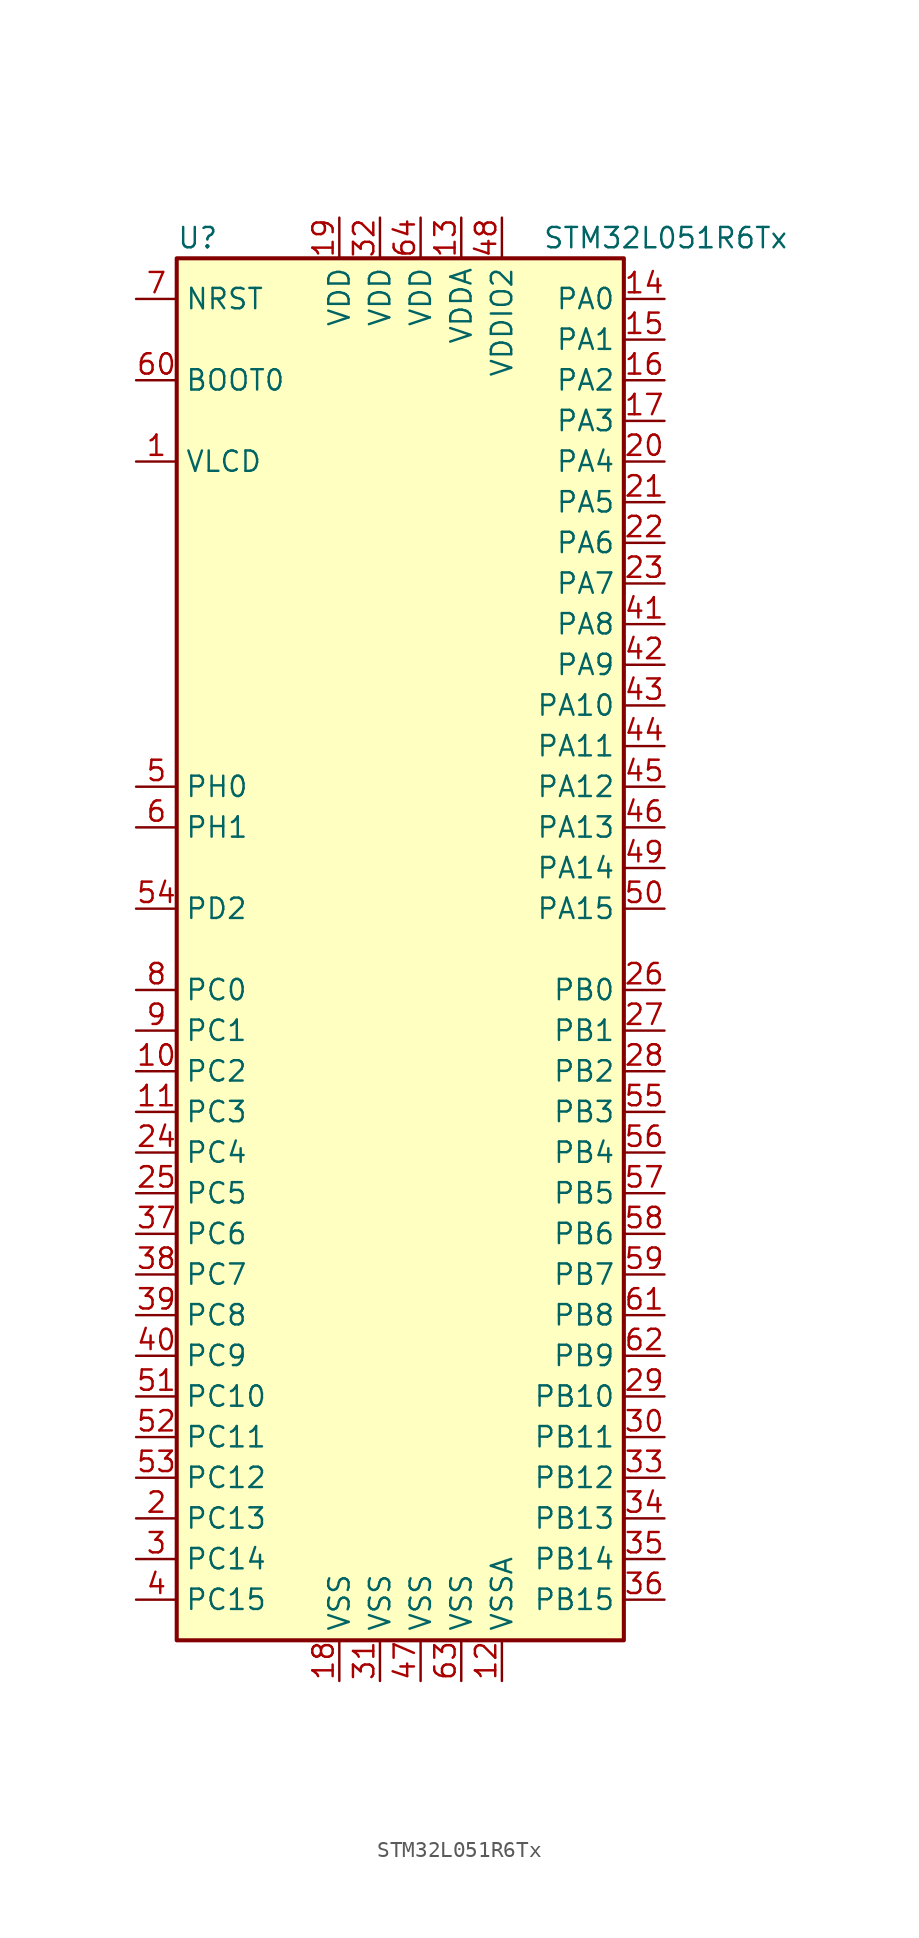
<source format=kicad_sym>
(kicad_symbol_lib
  (version 20201005)
  (generator kicad_symbol_editor)
  (symbol "MCU_ST_STM32L0:STM32L051R6Tx"
    (property "Reference" "U"
      (at -15.24 44.45 0)
      (effects (font (size 1.27 1.27)) (justify left)))
    (property "Value" "STM32L051R6Tx"
      (at 7.62 44.45 0)
      (effects (font (size 1.27 1.27)) (justify left)))
    (symbol "STM32L051R6Tx_0_1"
      (rectangle (start -15.24 -43.18) (end 12.7 43.18) (stroke (width 0.254)) (fill (type background))))
    (symbol "STM32L051R6Tx_1_1"
      (pin input line (at -17.78 35.56 0) (length 2.54) (name "BOOT0" (effects (font (size 1.27 1.27)))) (number "60" (effects (font (size 1.27 1.27)))))
      (pin input line (at -17.78 40.64 0) (length 2.54) (name "NRST" (effects (font (size 1.27 1.27)))) (number "7" (effects (font (size 1.27 1.27)))))
      (pin bidirectional line (at 15.24 40.64 180) (length 2.54) (name "PA0" (effects (font (size 1.27 1.27)))) (number "14" (effects (font (size 1.27 1.27)))))
      (pin bidirectional line (at 15.24 38.1 180) (length 2.54) (name "PA1" (effects (font (size 1.27 1.27)))) (number "15" (effects (font (size 1.27 1.27)))))
      (pin bidirectional line (at 15.24 15.24 180) (length 2.54) (name "PA10" (effects (font (size 1.27 1.27)))) (number "43" (effects (font (size 1.27 1.27)))))
      (pin bidirectional line (at 15.24 12.7 180) (length 2.54) (name "PA11" (effects (font (size 1.27 1.27)))) (number "44" (effects (font (size 1.27 1.27)))))
      (pin bidirectional line (at 15.24 10.16 180) (length 2.54) (name "PA12" (effects (font (size 1.27 1.27)))) (number "45" (effects (font (size 1.27 1.27)))))
      (pin bidirectional line (at 15.24 7.62 180) (length 2.54) (name "PA13" (effects (font (size 1.27 1.27)))) (number "46" (effects (font (size 1.27 1.27)))))
      (pin bidirectional line (at 15.24 5.08 180) (length 2.54) (name "PA14" (effects (font (size 1.27 1.27)))) (number "49" (effects (font (size 1.27 1.27)))))
      (pin bidirectional line (at 15.24 2.54 180) (length 2.54) (name "PA15" (effects (font (size 1.27 1.27)))) (number "50" (effects (font (size 1.27 1.27)))))
      (pin bidirectional line (at 15.24 35.56 180) (length 2.54) (name "PA2" (effects (font (size 1.27 1.27)))) (number "16" (effects (font (size 1.27 1.27)))))
      (pin bidirectional line (at 15.24 33.02 180) (length 2.54) (name "PA3" (effects (font (size 1.27 1.27)))) (number "17" (effects (font (size 1.27 1.27)))))
      (pin bidirectional line (at 15.24 30.48 180) (length 2.54) (name "PA4" (effects (font (size 1.27 1.27)))) (number "20" (effects (font (size 1.27 1.27)))))
      (pin bidirectional line (at 15.24 27.94 180) (length 2.54) (name "PA5" (effects (font (size 1.27 1.27)))) (number "21" (effects (font (size 1.27 1.27)))))
      (pin bidirectional line (at 15.24 25.4 180) (length 2.54) (name "PA6" (effects (font (size 1.27 1.27)))) (number "22" (effects (font (size 1.27 1.27)))))
      (pin bidirectional line (at 15.24 22.86 180) (length 2.54) (name "PA7" (effects (font (size 1.27 1.27)))) (number "23" (effects (font (size 1.27 1.27)))))
      (pin bidirectional line (at 15.24 20.32 180) (length 2.54) (name "PA8" (effects (font (size 1.27 1.27)))) (number "41" (effects (font (size 1.27 1.27)))))
      (pin bidirectional line (at 15.24 17.78 180) (length 2.54) (name "PA9" (effects (font (size 1.27 1.27)))) (number "42" (effects (font (size 1.27 1.27)))))
      (pin bidirectional line (at 15.24 -2.54 180) (length 2.54) (name "PB0" (effects (font (size 1.27 1.27)))) (number "26" (effects (font (size 1.27 1.27)))))
      (pin bidirectional line (at 15.24 -5.08 180) (length 2.54) (name "PB1" (effects (font (size 1.27 1.27)))) (number "27" (effects (font (size 1.27 1.27)))))
      (pin bidirectional line (at 15.24 -27.94 180) (length 2.54) (name "PB10" (effects (font (size 1.27 1.27)))) (number "29" (effects (font (size 1.27 1.27)))))
      (pin bidirectional line (at 15.24 -30.48 180) (length 2.54) (name "PB11" (effects (font (size 1.27 1.27)))) (number "30" (effects (font (size 1.27 1.27)))))
      (pin bidirectional line (at 15.24 -33.02 180) (length 2.54) (name "PB12" (effects (font (size 1.27 1.27)))) (number "33" (effects (font (size 1.27 1.27)))))
      (pin bidirectional line (at 15.24 -35.56 180) (length 2.54) (name "PB13" (effects (font (size 1.27 1.27)))) (number "34" (effects (font (size 1.27 1.27)))))
      (pin bidirectional line (at 15.24 -38.1 180) (length 2.54) (name "PB14" (effects (font (size 1.27 1.27)))) (number "35" (effects (font (size 1.27 1.27)))))
      (pin bidirectional line (at 15.24 -40.64 180) (length 2.54) (name "PB15" (effects (font (size 1.27 1.27)))) (number "36" (effects (font (size 1.27 1.27)))))
      (pin bidirectional line (at 15.24 -7.62 180) (length 2.54) (name "PB2" (effects (font (size 1.27 1.27)))) (number "28" (effects (font (size 1.27 1.27)))))
      (pin bidirectional line (at 15.24 -10.16 180) (length 2.54) (name "PB3" (effects (font (size 1.27 1.27)))) (number "55" (effects (font (size 1.27 1.27)))))
      (pin bidirectional line (at 15.24 -12.7 180) (length 2.54) (name "PB4" (effects (font (size 1.27 1.27)))) (number "56" (effects (font (size 1.27 1.27)))))
      (pin bidirectional line (at 15.24 -15.24 180) (length 2.54) (name "PB5" (effects (font (size 1.27 1.27)))) (number "57" (effects (font (size 1.27 1.27)))))
      (pin bidirectional line (at 15.24 -17.78 180) (length 2.54) (name "PB6" (effects (font (size 1.27 1.27)))) (number "58" (effects (font (size 1.27 1.27)))))
      (pin bidirectional line (at 15.24 -20.32 180) (length 2.54) (name "PB7" (effects (font (size 1.27 1.27)))) (number "59" (effects (font (size 1.27 1.27)))))
      (pin bidirectional line (at 15.24 -22.86 180) (length 2.54) (name "PB8" (effects (font (size 1.27 1.27)))) (number "61" (effects (font (size 1.27 1.27)))))
      (pin bidirectional line (at 15.24 -25.4 180) (length 2.54) (name "PB9" (effects (font (size 1.27 1.27)))) (number "62" (effects (font (size 1.27 1.27)))))
      (pin bidirectional line (at -17.78 -2.54 0) (length 2.54) (name "PC0" (effects (font (size 1.27 1.27)))) (number "8" (effects (font (size 1.27 1.27)))))
      (pin bidirectional line (at -17.78 -5.08 0) (length 2.54) (name "PC1" (effects (font (size 1.27 1.27)))) (number "9" (effects (font (size 1.27 1.27)))))
      (pin bidirectional line (at -17.78 -27.94 0) (length 2.54) (name "PC10" (effects (font (size 1.27 1.27)))) (number "51" (effects (font (size 1.27 1.27)))))
      (pin bidirectional line (at -17.78 -30.48 0) (length 2.54) (name "PC11" (effects (font (size 1.27 1.27)))) (number "52" (effects (font (size 1.27 1.27)))))
      (pin bidirectional line (at -17.78 -33.02 0) (length 2.54) (name "PC12" (effects (font (size 1.27 1.27)))) (number "53" (effects (font (size 1.27 1.27)))))
      (pin bidirectional line (at -17.78 -35.56 0) (length 2.54) (name "PC13" (effects (font (size 1.27 1.27)))) (number "2" (effects (font (size 1.27 1.27)))))
      (pin bidirectional line (at -17.78 -38.1 0) (length 2.54) (name "PC14" (effects (font (size 1.27 1.27)))) (number "3" (effects (font (size 1.27 1.27)))))
      (pin bidirectional line (at -17.78 -40.64 0) (length 2.54) (name "PC15" (effects (font (size 1.27 1.27)))) (number "4" (effects (font (size 1.27 1.27)))))
      (pin bidirectional line (at -17.78 -7.62 0) (length 2.54) (name "PC2" (effects (font (size 1.27 1.27)))) (number "10" (effects (font (size 1.27 1.27)))))
      (pin bidirectional line (at -17.78 -10.16 0) (length 2.54) (name "PC3" (effects (font (size 1.27 1.27)))) (number "11" (effects (font (size 1.27 1.27)))))
      (pin bidirectional line (at -17.78 -12.7 0) (length 2.54) (name "PC4" (effects (font (size 1.27 1.27)))) (number "24" (effects (font (size 1.27 1.27)))))
      (pin bidirectional line (at -17.78 -15.24 0) (length 2.54) (name "PC5" (effects (font (size 1.27 1.27)))) (number "25" (effects (font (size 1.27 1.27)))))
      (pin bidirectional line (at -17.78 -17.78 0) (length 2.54) (name "PC6" (effects (font (size 1.27 1.27)))) (number "37" (effects (font (size 1.27 1.27)))))
      (pin bidirectional line (at -17.78 -20.32 0) (length 2.54) (name "PC7" (effects (font (size 1.27 1.27)))) (number "38" (effects (font (size 1.27 1.27)))))
      (pin bidirectional line (at -17.78 -22.86 0) (length 2.54) (name "PC8" (effects (font (size 1.27 1.27)))) (number "39" (effects (font (size 1.27 1.27)))))
      (pin bidirectional line (at -17.78 -25.4 0) (length 2.54) (name "PC9" (effects (font (size 1.27 1.27)))) (number "40" (effects (font (size 1.27 1.27)))))
      (pin bidirectional line (at -17.78 2.54 0) (length 2.54) (name "PD2" (effects (font (size 1.27 1.27)))) (number "54" (effects (font (size 1.27 1.27)))))
      (pin input line (at -17.78 10.16 0) (length 2.54) (name "PH0" (effects (font (size 1.27 1.27)))) (number "5" (effects (font (size 1.27 1.27)))))
      (pin input line (at -17.78 7.62 0) (length 2.54) (name "PH1" (effects (font (size 1.27 1.27)))) (number "6" (effects (font (size 1.27 1.27)))))
      (pin power_in line (at -5.08 45.72 270) (length 2.54) (name "VDD" (effects (font (size 1.27 1.27)))) (number "19" (effects (font (size 1.27 1.27)))))
      (pin power_in line (at -2.54 45.72 270) (length 2.54) (name "VDD" (effects (font (size 1.27 1.27)))) (number "32" (effects (font (size 1.27 1.27)))))
      (pin power_in line (at 0 45.72 270) (length 2.54) (name "VDD" (effects (font (size 1.27 1.27)))) (number "64" (effects (font (size 1.27 1.27)))))
      (pin power_in line (at 2.54 45.72 270) (length 2.54) (name "VDDA" (effects (font (size 1.27 1.27)))) (number "13" (effects (font (size 1.27 1.27)))))
      (pin power_in line (at 5.08 45.72 270) (length 2.54) (name "VDDIO2" (effects (font (size 1.27 1.27)))) (number "48" (effects (font (size 1.27 1.27)))))
      (pin power_in line (at -17.78 30.48 0) (length 2.54) (name "VLCD" (effects (font (size 1.27 1.27)))) (number "1" (effects (font (size 1.27 1.27)))))
      (pin power_in line (at -5.08 -45.72 90) (length 2.54) (name "VSS" (effects (font (size 1.27 1.27)))) (number "18" (effects (font (size 1.27 1.27)))))
      (pin power_in line (at -2.54 -45.72 90) (length 2.54) (name "VSS" (effects (font (size 1.27 1.27)))) (number "31" (effects (font (size 1.27 1.27)))))
      (pin power_in line (at 0 -45.72 90) (length 2.54) (name "VSS" (effects (font (size 1.27 1.27)))) (number "47" (effects (font (size 1.27 1.27)))))
      (pin power_in line (at 2.54 -45.72 90) (length 2.54) (name "VSS" (effects (font (size 1.27 1.27)))) (number "63" (effects (font (size 1.27 1.27)))))
      (pin power_in line (at 5.08 -45.72 90) (length 2.54) (name "VSSA" (effects (font (size 1.27 1.27)))) (number "12" (effects (font (size 1.27 1.27))))))))
</source>
